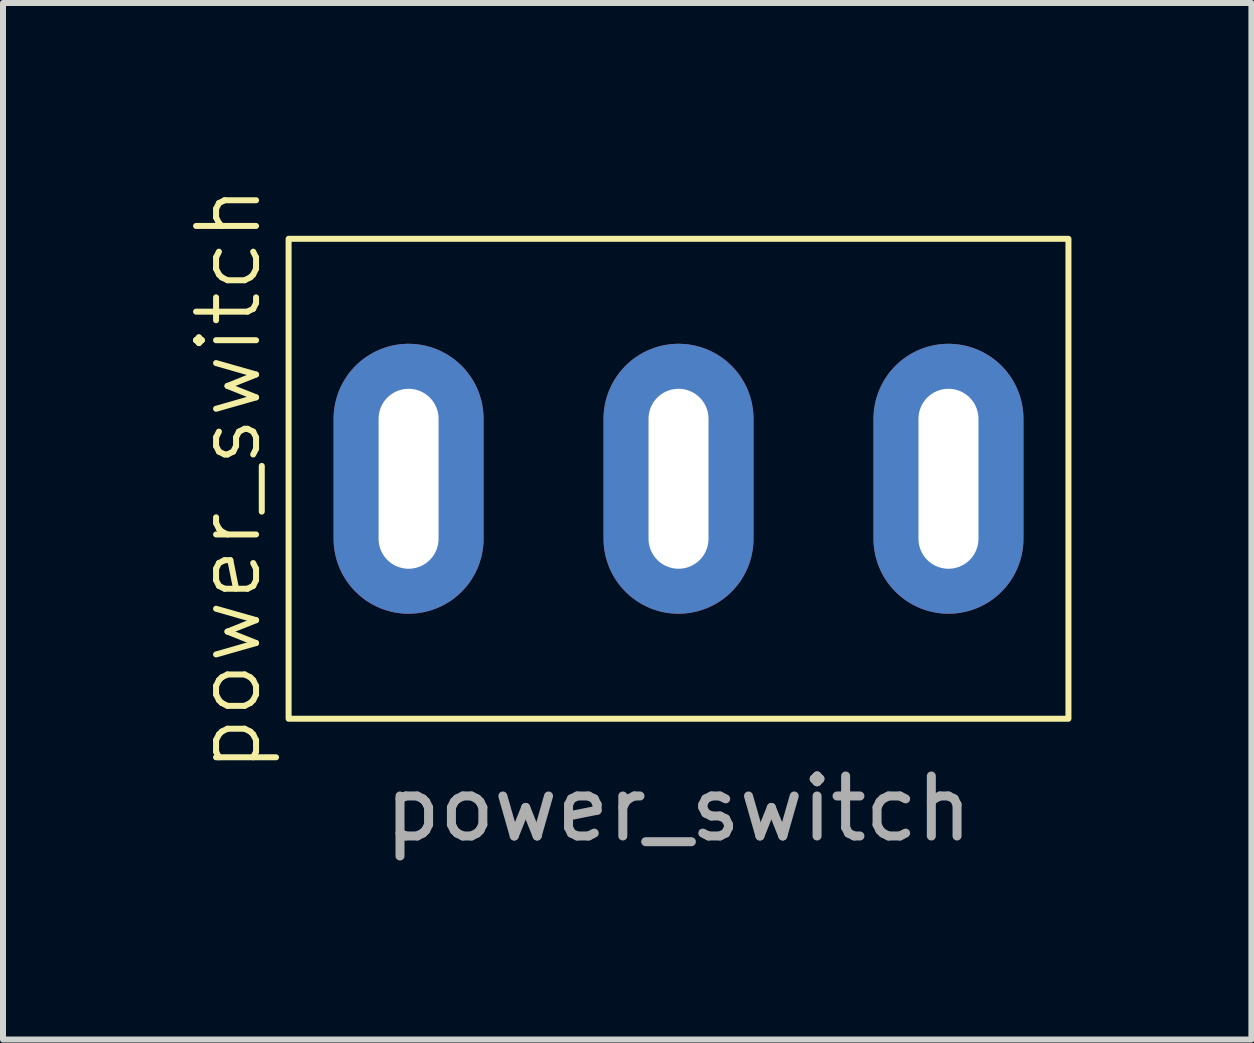
<source format=kicad_pcb>
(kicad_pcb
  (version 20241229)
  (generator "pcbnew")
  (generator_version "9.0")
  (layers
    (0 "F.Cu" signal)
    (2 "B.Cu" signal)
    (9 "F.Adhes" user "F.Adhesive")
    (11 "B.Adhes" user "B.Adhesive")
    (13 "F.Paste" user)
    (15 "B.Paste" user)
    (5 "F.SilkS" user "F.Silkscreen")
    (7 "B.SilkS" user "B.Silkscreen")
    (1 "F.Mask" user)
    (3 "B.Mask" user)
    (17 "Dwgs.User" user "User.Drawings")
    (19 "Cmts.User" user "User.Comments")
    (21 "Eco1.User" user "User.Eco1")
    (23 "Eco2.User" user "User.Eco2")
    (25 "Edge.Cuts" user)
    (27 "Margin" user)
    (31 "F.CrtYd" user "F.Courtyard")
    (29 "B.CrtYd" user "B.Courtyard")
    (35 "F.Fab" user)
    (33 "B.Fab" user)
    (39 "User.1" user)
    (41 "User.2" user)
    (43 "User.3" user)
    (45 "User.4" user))
  (footprint "power_switch"
    (layer "F.Cu")
    (at 8.261 4.931)
    (property "Reference" "power_switch" (at -7.5 0 90) (unlocked yes) (layer "F.SilkS") (effects (font (size 1 1) (thickness 0.1))))
    (attr through_hole)
    (fp_rect (start -6.5 -4) (end 6.5 4) (stroke (width 0.1) (type default)) (fill no) (layer "F.SilkS"))
    (fp_text user "${REFERENCE}" (at 0 5.5 0) (unlocked yes) (layer "F.Fab") (effects (font (size 1 1) (thickness 0.15))))
    (pad "1" thru_hole oval (at -4.5 0) (size 2.5 4.5) (drill oval 1 3) (layers "*.Cu" "*.Mask"))
    (pad "2" thru_hole oval (at 0 0) (size 2.5 4.5) (drill oval 1 3) (layers "*.Cu" "*.Mask"))
    (pad "3" thru_hole oval (at 4.5 0) (size 2.5 4.5) (drill oval 1 3) (layers "*.Cu" "*.Mask")))
  (gr_rect
    (start -3 -3)
    (end 17.811 14.279)
    (stroke (width 0.1) (type default))
    (fill no)
    (layer "Edge.Cuts")))
</source>
